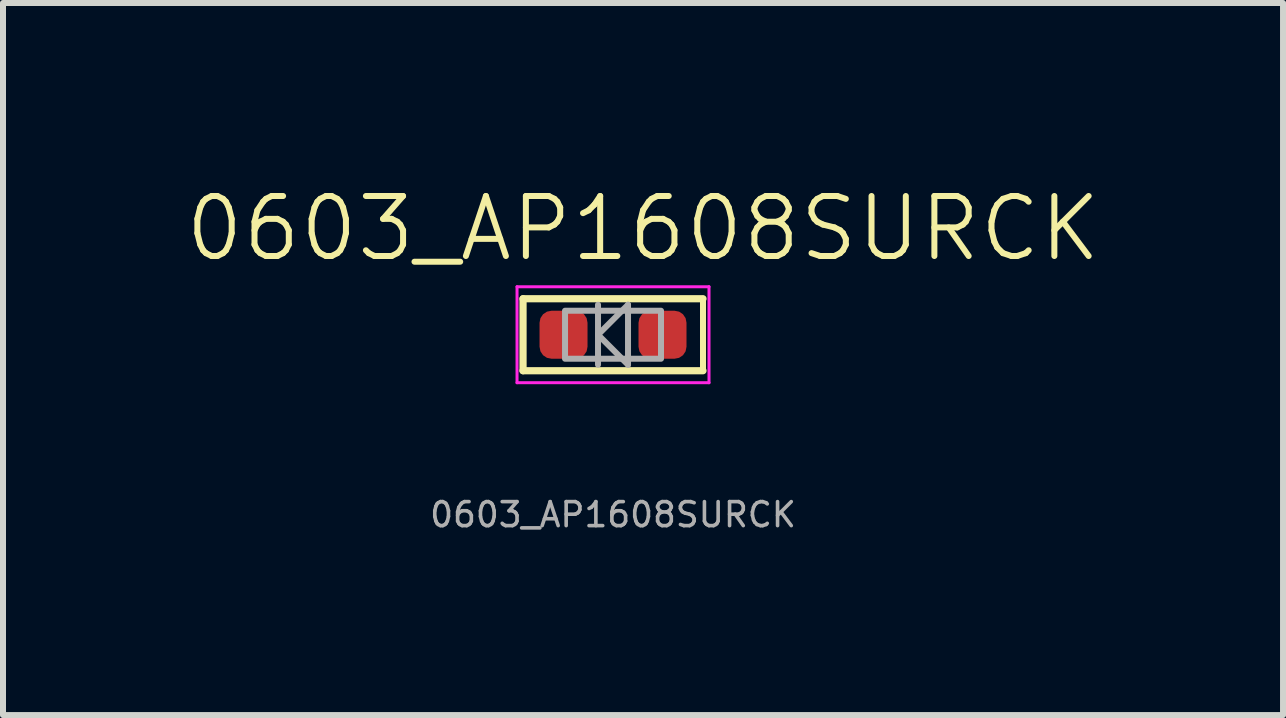
<source format=kicad_pcb>
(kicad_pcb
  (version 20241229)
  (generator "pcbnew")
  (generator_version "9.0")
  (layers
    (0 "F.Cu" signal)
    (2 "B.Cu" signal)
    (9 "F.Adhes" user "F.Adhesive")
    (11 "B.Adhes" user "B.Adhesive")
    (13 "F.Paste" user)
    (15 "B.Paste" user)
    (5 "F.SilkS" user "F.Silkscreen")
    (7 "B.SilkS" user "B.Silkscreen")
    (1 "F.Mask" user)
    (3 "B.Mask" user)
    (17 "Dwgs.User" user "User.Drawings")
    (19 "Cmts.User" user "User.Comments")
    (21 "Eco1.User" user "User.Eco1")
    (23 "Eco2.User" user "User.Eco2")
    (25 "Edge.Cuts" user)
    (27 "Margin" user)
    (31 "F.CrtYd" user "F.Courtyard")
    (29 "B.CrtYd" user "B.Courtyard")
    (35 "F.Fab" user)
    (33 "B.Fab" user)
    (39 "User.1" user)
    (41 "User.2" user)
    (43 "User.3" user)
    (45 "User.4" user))
  (footprint "0603_AP1608SURCK"
    (layer "F.Cu")
    (at 7.169 2.53)
    (property "Reference" "0603_AP1608SURCK" (at 0.5 -1.77 0) (unlocked yes) (layer "F.SilkS") (effects (font (size 1 1) (thickness 0.1))))
    (attr smd)
    (fp_line (start -1.5 -0.6) (end -1.5 0.6) (stroke (width 0.12) (type solid)) (layer "F.SilkS"))
    (fp_line (start -1.5 0.6) (end 1.5 0.6) (stroke (width 0.12) (type solid)) (layer "F.SilkS"))
    (fp_line (start 1.5 -0.6) (end -1.5 -0.6) (stroke (width 0.12) (type solid)) (layer "F.SilkS"))
    (fp_line (start 1.5 -0.6) (end 1.5 0.6) (stroke (width 0.1) (type solid)) (layer "F.SilkS"))
    (fp_line (start -1.6 -0.8) (end 1.6 -0.8) (stroke (width 0.05) (type solid)) (layer "F.CrtYd"))
    (fp_line (start -1.6 0.8) (end -1.6 -0.8) (stroke (width 0.05) (type solid)) (layer "F.CrtYd"))
    (fp_line (start 1.6 -0.8) (end 1.6 0.8) (stroke (width 0.05) (type solid)) (layer "F.CrtYd"))
    (fp_line (start 1.6 0.8) (end -1.6 0.8) (stroke (width 0.05) (type solid)) (layer "F.CrtYd"))
    (fp_line (start -0.25 0) (end 0.25 0.5) (stroke (width 0.1) (type default)) (layer "F.Fab"))
    (fp_line (start -0.25 0.5) (end -0.25 -0.5) (stroke (width 0.1) (type default)) (layer "F.Fab"))
    (fp_line (start 0.25 -0.5) (end -0.25 0) (stroke (width 0.1) (type default)) (layer "F.Fab"))
    (fp_line (start 0.25 0.5) (end 0.25 -0.5) (stroke (width 0.1) (type default)) (layer "F.Fab"))
    (fp_rect (start -0.8 -0.4) (end 0.8 0.4) (stroke (width 0.1) (type solid)) (fill no) (layer "F.Fab"))
    (fp_text user "${REFERENCE}" (at 0 3 0) (layer "F.Fab") (effects (font (size 0.4 0.4) (thickness 0.06))))
    (pad "1" smd roundrect (at -0.825 0) (size 0.8 0.8) (layers "F.Cu" "F.Mask" "F.Paste") (roundrect_rratio 0.25))
    (pad "2" smd roundrect (at 0.825 0) (size 0.8 0.8) (layers "F.Cu" "F.Mask" "F.Paste") (roundrect_rratio 0.25)))
  (gr_rect
    (start -3 -3)
    (end 18.338 8.87)
    (stroke (width 0.1) (type default))
    (fill no)
    (layer "Edge.Cuts")))
</source>
